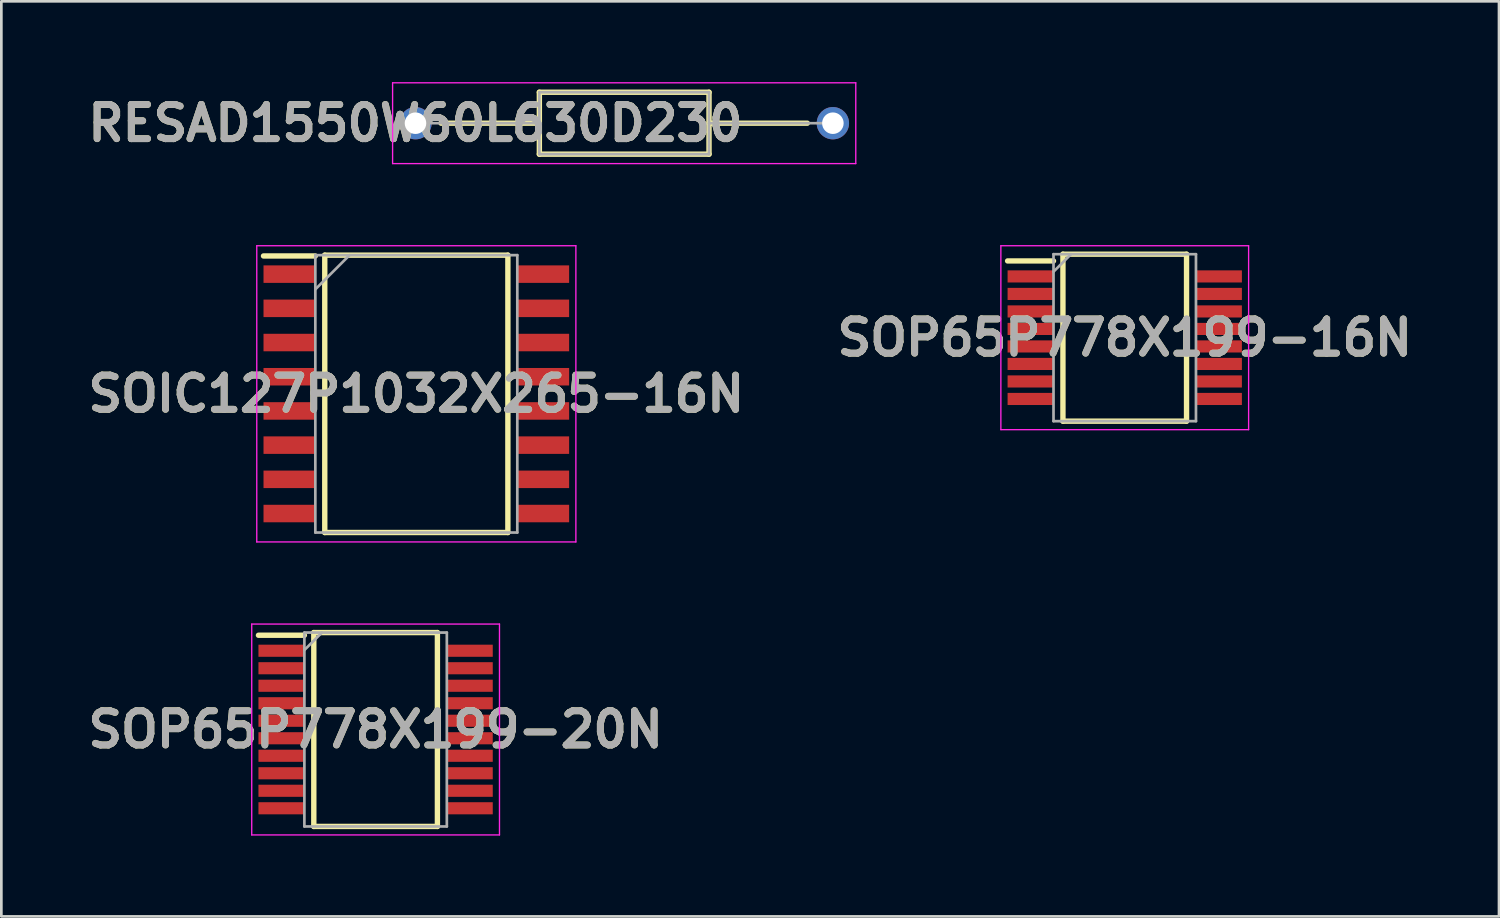
<source format=kicad_pcb>
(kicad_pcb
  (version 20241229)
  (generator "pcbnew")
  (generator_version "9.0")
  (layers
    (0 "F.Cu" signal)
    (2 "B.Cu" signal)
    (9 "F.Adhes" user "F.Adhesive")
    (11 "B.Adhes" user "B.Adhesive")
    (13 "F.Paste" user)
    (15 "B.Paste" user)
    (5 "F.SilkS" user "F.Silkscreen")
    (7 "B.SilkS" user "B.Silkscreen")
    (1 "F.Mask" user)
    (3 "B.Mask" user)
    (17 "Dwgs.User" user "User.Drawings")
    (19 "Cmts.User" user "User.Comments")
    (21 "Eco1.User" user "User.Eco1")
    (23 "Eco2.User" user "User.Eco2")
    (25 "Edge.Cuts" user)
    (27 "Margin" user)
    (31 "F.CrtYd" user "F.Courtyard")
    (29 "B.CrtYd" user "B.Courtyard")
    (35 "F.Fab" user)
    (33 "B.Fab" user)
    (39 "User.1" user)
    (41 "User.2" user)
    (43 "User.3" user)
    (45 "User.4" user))
  (footprint "SOIC127P1032X265-16N"
    (layer "F.Cu")
    (at 12.41 11.575)
    (property "Reference" "SOIC127P1032X265-16N" (at 0 0 0) (layer "F.SilkS") (effects (font (size 1.27 1.27) (thickness 0.254))))
    (attr smd)
    (fp_line (start -5.675 -5.12) (end -3.75 -5.12) (stroke (width 0.2) (type solid)) (layer "F.SilkS"))
    (fp_line (start -3.4 -5.15) (end 3.4 -5.15) (stroke (width 0.2) (type solid)) (layer "F.SilkS"))
    (fp_line (start -3.4 5.15) (end -3.4 -5.15) (stroke (width 0.2) (type solid)) (layer "F.SilkS"))
    (fp_line (start 3.4 -5.15) (end 3.4 5.15) (stroke (width 0.2) (type solid)) (layer "F.SilkS"))
    (fp_line (start 3.4 5.15) (end -3.4 5.15) (stroke (width 0.2) (type solid)) (layer "F.SilkS"))
    (fp_line (start -5.925 -5.5) (end 5.925 -5.5) (stroke (width 0.05) (type solid)) (layer "F.CrtYd"))
    (fp_line (start -5.925 5.5) (end -5.925 -5.5) (stroke (width 0.05) (type solid)) (layer "F.CrtYd"))
    (fp_line (start 5.925 -5.5) (end 5.925 5.5) (stroke (width 0.05) (type solid)) (layer "F.CrtYd"))
    (fp_line (start 5.925 5.5) (end -5.925 5.5) (stroke (width 0.05) (type solid)) (layer "F.CrtYd"))
    (fp_line (start -3.75 -5.15) (end 3.75 -5.15) (stroke (width 0.1) (type solid)) (layer "F.Fab"))
    (fp_line (start -3.75 -3.88) (end -2.48 -5.15) (stroke (width 0.1) (type solid)) (layer "F.Fab"))
    (fp_line (start -3.75 5.15) (end -3.75 -5.15) (stroke (width 0.1) (type solid)) (layer "F.Fab"))
    (fp_line (start 3.75 -5.15) (end 3.75 5.15) (stroke (width 0.1) (type solid)) (layer "F.Fab"))
    (fp_line (start 3.75 5.15) (end -3.75 5.15) (stroke (width 0.1) (type solid)) (layer "F.Fab"))
    (fp_text user "${REFERENCE}" (at 0 0 0) (layer "F.Fab") (effects (font (size 1.27 1.27) (thickness 0.254))))
    (pad "1" smd rect (at -4.712 -4.445 90) (size 0.65 1.925) (layers "F.Cu" "F.Mask" "F.Paste"))
    (pad "2" smd rect (at -4.712 -3.175 90) (size 0.65 1.925) (layers "F.Cu" "F.Mask" "F.Paste"))
    (pad "3" smd rect (at -4.712 -1.905 90) (size 0.65 1.925) (layers "F.Cu" "F.Mask" "F.Paste"))
    (pad "4" smd rect (at -4.712 -0.635 90) (size 0.65 1.925) (layers "F.Cu" "F.Mask" "F.Paste"))
    (pad "5" smd rect (at -4.712 0.635 90) (size 0.65 1.925) (layers "F.Cu" "F.Mask" "F.Paste"))
    (pad "6" smd rect (at -4.712 1.905 90) (size 0.65 1.925) (layers "F.Cu" "F.Mask" "F.Paste"))
    (pad "7" smd rect (at -4.712 3.175 90) (size 0.65 1.925) (layers "F.Cu" "F.Mask" "F.Paste"))
    (pad "8" smd rect (at -4.712 4.445 90) (size 0.65 1.925) (layers "F.Cu" "F.Mask" "F.Paste"))
    (pad "9" smd rect (at 4.712 4.445 90) (size 0.65 1.925) (layers "F.Cu" "F.Mask" "F.Paste"))
    (pad "10" smd rect (at 4.712 3.175 90) (size 0.65 1.925) (layers "F.Cu" "F.Mask" "F.Paste"))
    (pad "11" smd rect (at 4.712 1.905 90) (size 0.65 1.925) (layers "F.Cu" "F.Mask" "F.Paste"))
    (pad "12" smd rect (at 4.712 0.635 90) (size 0.65 1.925) (layers "F.Cu" "F.Mask" "F.Paste"))
    (pad "13" smd rect (at 4.712 -0.635 90) (size 0.65 1.925) (layers "F.Cu" "F.Mask" "F.Paste"))
    (pad "14" smd rect (at 4.712 -1.905 90) (size 0.65 1.925) (layers "F.Cu" "F.Mask" "F.Paste"))
    (pad "15" smd rect (at 4.712 -3.175 90) (size 0.65 1.925) (layers "F.Cu" "F.Mask" "F.Paste"))
    (pad "16" smd rect (at 4.712 -4.445 90) (size 0.65 1.925) (layers "F.Cu" "F.Mask" "F.Paste")))
  (footprint "SOP65P778X199-16N"
    (layer "F.Cu")
    (at 38.717 9.49)
    (property "Reference" "SOP65P778X199-16N" (at 0 0 0) (layer "F.SilkS") (effects (font (size 1.27 1.27) (thickness 0.254))))
    (attr smd)
    (fp_line (start -4.35 -2.85) (end -2.645 -2.85) (stroke (width 0.2) (type solid)) (layer "F.SilkS"))
    (fp_line (start -2.295 -3.1) (end 2.295 -3.1) (stroke (width 0.2) (type solid)) (layer "F.SilkS"))
    (fp_line (start -2.295 3.1) (end -2.295 -3.1) (stroke (width 0.2) (type solid)) (layer "F.SilkS"))
    (fp_line (start 2.295 -3.1) (end 2.295 3.1) (stroke (width 0.2) (type solid)) (layer "F.SilkS"))
    (fp_line (start 2.295 3.1) (end -2.295 3.1) (stroke (width 0.2) (type solid)) (layer "F.SilkS"))
    (fp_line (start -4.6 -3.415) (end 4.6 -3.415) (stroke (width 0.05) (type solid)) (layer "F.CrtYd"))
    (fp_line (start -4.6 3.415) (end -4.6 -3.415) (stroke (width 0.05) (type solid)) (layer "F.CrtYd"))
    (fp_line (start 4.6 -3.415) (end 4.6 3.415) (stroke (width 0.05) (type solid)) (layer "F.CrtYd"))
    (fp_line (start 4.6 3.415) (end -4.6 3.415) (stroke (width 0.05) (type solid)) (layer "F.CrtYd"))
    (fp_line (start -2.645 -3.1) (end 2.645 -3.1) (stroke (width 0.1) (type solid)) (layer "F.Fab"))
    (fp_line (start -2.645 -2.45) (end -1.995 -3.1) (stroke (width 0.1) (type solid)) (layer "F.Fab"))
    (fp_line (start -2.645 3.1) (end -2.645 -3.1) (stroke (width 0.1) (type solid)) (layer "F.Fab"))
    (fp_line (start 2.645 -3.1) (end 2.645 3.1) (stroke (width 0.1) (type solid)) (layer "F.Fab"))
    (fp_line (start 2.645 3.1) (end -2.645 3.1) (stroke (width 0.1) (type solid)) (layer "F.Fab"))
    (fp_text user "${REFERENCE}" (at 0 0 0) (layer "F.Fab") (effects (font (size 1.27 1.27) (thickness 0.254))))
    (pad "1" smd rect (at -3.498 -2.275 90) (size 0.45 1.705) (layers "F.Cu" "F.Mask" "F.Paste"))
    (pad "2" smd rect (at -3.498 -1.625 90) (size 0.45 1.705) (layers "F.Cu" "F.Mask" "F.Paste"))
    (pad "3" smd rect (at -3.498 -0.975 90) (size 0.45 1.705) (layers "F.Cu" "F.Mask" "F.Paste"))
    (pad "4" smd rect (at -3.498 -0.325 90) (size 0.45 1.705) (layers "F.Cu" "F.Mask" "F.Paste"))
    (pad "5" smd rect (at -3.498 0.325 90) (size 0.45 1.705) (layers "F.Cu" "F.Mask" "F.Paste"))
    (pad "6" smd rect (at -3.498 0.975 90) (size 0.45 1.705) (layers "F.Cu" "F.Mask" "F.Paste"))
    (pad "7" smd rect (at -3.498 1.625 90) (size 0.45 1.705) (layers "F.Cu" "F.Mask" "F.Paste"))
    (pad "8" smd rect (at -3.498 2.275 90) (size 0.45 1.705) (layers "F.Cu" "F.Mask" "F.Paste"))
    (pad "9" smd rect (at 3.498 2.275 90) (size 0.45 1.705) (layers "F.Cu" "F.Mask" "F.Paste"))
    (pad "10" smd rect (at 3.498 1.625 90) (size 0.45 1.705) (layers "F.Cu" "F.Mask" "F.Paste"))
    (pad "11" smd rect (at 3.498 0.975 90) (size 0.45 1.705) (layers "F.Cu" "F.Mask" "F.Paste"))
    (pad "12" smd rect (at 3.498 0.325 90) (size 0.45 1.705) (layers "F.Cu" "F.Mask" "F.Paste"))
    (pad "13" smd rect (at 3.498 -0.325 90) (size 0.45 1.705) (layers "F.Cu" "F.Mask" "F.Paste"))
    (pad "14" smd rect (at 3.498 -0.975 90) (size 0.45 1.705) (layers "F.Cu" "F.Mask" "F.Paste"))
    (pad "15" smd rect (at 3.498 -1.625 90) (size 0.45 1.705) (layers "F.Cu" "F.Mask" "F.Paste"))
    (pad "16" smd rect (at 3.498 -2.275 90) (size 0.45 1.705) (layers "F.Cu" "F.Mask" "F.Paste")))
  (footprint "RESAD1550W60L630D230"
    (layer "F.Cu")
    (at 12.379 1.525)
    (property "Reference" "RESAD1550W60L630D230" (at 0 0 0) (layer "F.SilkS") (effects (font (size 1.27 1.27) (thickness 0.254))))
    (attr through_hole)
    (fp_line (start 0.95 0) (end 4.6 0) (stroke (width 0.2) (type solid)) (layer "F.SilkS"))
    (fp_line (start 4.6 -1.15) (end 10.9 -1.15) (stroke (width 0.2) (type solid)) (layer "F.SilkS"))
    (fp_line (start 4.6 1.15) (end 4.6 -1.15) (stroke (width 0.2) (type solid)) (layer "F.SilkS"))
    (fp_line (start 10.9 -1.15) (end 10.9 1.15) (stroke (width 0.2) (type solid)) (layer "F.SilkS"))
    (fp_line (start 10.9 0) (end 14.55 0) (stroke (width 0.2) (type solid)) (layer "F.SilkS"))
    (fp_line (start 10.9 1.15) (end 4.6 1.15) (stroke (width 0.2) (type solid)) (layer "F.SilkS"))
    (fp_line (start -0.85 -1.5) (end 16.35 -1.5) (stroke (width 0.05) (type solid)) (layer "F.CrtYd"))
    (fp_line (start -0.85 1.5) (end -0.85 -1.5) (stroke (width 0.05) (type solid)) (layer "F.CrtYd"))
    (fp_line (start 16.35 -1.5) (end 16.35 1.5) (stroke (width 0.05) (type solid)) (layer "F.CrtYd"))
    (fp_line (start 16.35 1.5) (end -0.85 1.5) (stroke (width 0.05) (type solid)) (layer "F.CrtYd"))
    (fp_line (start 0 0) (end 4.6 0) (stroke (width 0.1) (type solid)) (layer "F.Fab"))
    (fp_line (start 4.6 -1.15) (end 10.9 -1.15) (stroke (width 0.1) (type solid)) (layer "F.Fab"))
    (fp_line (start 4.6 1.15) (end 4.6 -1.15) (stroke (width 0.1) (type solid)) (layer "F.Fab"))
    (fp_line (start 10.9 -1.15) (end 10.9 1.15) (stroke (width 0.1) (type solid)) (layer "F.Fab"))
    (fp_line (start 10.9 0) (end 15.5 0) (stroke (width 0.1) (type solid)) (layer "F.Fab"))
    (fp_line (start 10.9 1.15) (end 4.6 1.15) (stroke (width 0.1) (type solid)) (layer "F.Fab"))
    (fp_text user "${REFERENCE}" (at 0 0 0) (layer "F.Fab") (effects (font (size 1.27 1.27) (thickness 0.254))))
    (pad "1" thru_hole circle (at 0 0) (size 1.2 1.2) (drill 0.8) (layers "*.Cu" "*.Mask"))
    (pad "2" thru_hole circle (at 15.5 0) (size 1.2 1.2) (drill 0.8) (layers "*.Cu" "*.Mask")))
  (footprint "SOP65P778X199-20N"
    (layer "F.Cu")
    (at 10.898 24.04)
    (property "Reference" "SOP65P778X199-20N" (at 0 0 0) (layer "F.SilkS") (effects (font (size 1.27 1.27) (thickness 0.254))))
    (attr smd)
    (fp_line (start -4.35 -3.5) (end -2.645 -3.5) (stroke (width 0.2) (type solid)) (layer "F.SilkS"))
    (fp_line (start -2.295 -3.6) (end 2.295 -3.6) (stroke (width 0.2) (type solid)) (layer "F.SilkS"))
    (fp_line (start -2.295 3.6) (end -2.295 -3.6) (stroke (width 0.2) (type solid)) (layer "F.SilkS"))
    (fp_line (start 2.295 -3.6) (end 2.295 3.6) (stroke (width 0.2) (type solid)) (layer "F.SilkS"))
    (fp_line (start 2.295 3.6) (end -2.295 3.6) (stroke (width 0.2) (type solid)) (layer "F.SilkS"))
    (fp_line (start -4.6 -3.915) (end 4.6 -3.915) (stroke (width 0.05) (type solid)) (layer "F.CrtYd"))
    (fp_line (start -4.6 3.915) (end -4.6 -3.915) (stroke (width 0.05) (type solid)) (layer "F.CrtYd"))
    (fp_line (start 4.6 -3.915) (end 4.6 3.915) (stroke (width 0.05) (type solid)) (layer "F.CrtYd"))
    (fp_line (start 4.6 3.915) (end -4.6 3.915) (stroke (width 0.05) (type solid)) (layer "F.CrtYd"))
    (fp_line (start -2.645 -3.6) (end 2.645 -3.6) (stroke (width 0.1) (type solid)) (layer "F.Fab"))
    (fp_line (start -2.645 -2.95) (end -1.995 -3.6) (stroke (width 0.1) (type solid)) (layer "F.Fab"))
    (fp_line (start -2.645 3.6) (end -2.645 -3.6) (stroke (width 0.1) (type solid)) (layer "F.Fab"))
    (fp_line (start 2.645 -3.6) (end 2.645 3.6) (stroke (width 0.1) (type solid)) (layer "F.Fab"))
    (fp_line (start 2.645 3.6) (end -2.645 3.6) (stroke (width 0.1) (type solid)) (layer "F.Fab"))
    (fp_text user "${REFERENCE}" (at 0 0 0) (layer "F.Fab") (effects (font (size 1.27 1.27) (thickness 0.254))))
    (pad "1" smd rect (at -3.498 -2.925 90) (size 0.45 1.705) (layers "F.Cu" "F.Mask" "F.Paste"))
    (pad "2" smd rect (at -3.498 -2.275 90) (size 0.45 1.705) (layers "F.Cu" "F.Mask" "F.Paste"))
    (pad "3" smd rect (at -3.498 -1.625 90) (size 0.45 1.705) (layers "F.Cu" "F.Mask" "F.Paste"))
    (pad "4" smd rect (at -3.498 -0.975 90) (size 0.45 1.705) (layers "F.Cu" "F.Mask" "F.Paste"))
    (pad "5" smd rect (at -3.498 -0.325 90) (size 0.45 1.705) (layers "F.Cu" "F.Mask" "F.Paste"))
    (pad "6" smd rect (at -3.498 0.325 90) (size 0.45 1.705) (layers "F.Cu" "F.Mask" "F.Paste"))
    (pad "7" smd rect (at -3.498 0.975 90) (size 0.45 1.705) (layers "F.Cu" "F.Mask" "F.Paste"))
    (pad "8" smd rect (at -3.498 1.625 90) (size 0.45 1.705) (layers "F.Cu" "F.Mask" "F.Paste"))
    (pad "9" smd rect (at -3.498 2.275 90) (size 0.45 1.705) (layers "F.Cu" "F.Mask" "F.Paste"))
    (pad "10" smd rect (at -3.498 2.925 90) (size 0.45 1.705) (layers "F.Cu" "F.Mask" "F.Paste"))
    (pad "11" smd rect (at 3.498 2.925 90) (size 0.45 1.705) (layers "F.Cu" "F.Mask" "F.Paste"))
    (pad "12" smd rect (at 3.498 2.275 90) (size 0.45 1.705) (layers "F.Cu" "F.Mask" "F.Paste"))
    (pad "13" smd rect (at 3.498 1.625 90) (size 0.45 1.705) (layers "F.Cu" "F.Mask" "F.Paste"))
    (pad "14" smd rect (at 3.498 0.975 90) (size 0.45 1.705) (layers "F.Cu" "F.Mask" "F.Paste"))
    (pad "15" smd rect (at 3.498 0.325 90) (size 0.45 1.705) (layers "F.Cu" "F.Mask" "F.Paste"))
    (pad "16" smd rect (at 3.498 -0.325 90) (size 0.45 1.705) (layers "F.Cu" "F.Mask" "F.Paste"))
    (pad "17" smd rect (at 3.498 -0.975 90) (size 0.45 1.705) (layers "F.Cu" "F.Mask" "F.Paste"))
    (pad "18" smd rect (at 3.498 -1.625 90) (size 0.45 1.705) (layers "F.Cu" "F.Mask" "F.Paste"))
    (pad "19" smd rect (at 3.498 -2.275 90) (size 0.45 1.705) (layers "F.Cu" "F.Mask" "F.Paste"))
    (pad "20" smd rect (at 3.498 -2.925 90) (size 0.45 1.705) (layers "F.Cu" "F.Mask" "F.Paste")))
  (gr_rect
    (start -3 -3)
    (end 52.615 30.98)
    (stroke (width 0.1) (type default))
    (fill no)
    (layer "Edge.Cuts")))
</source>
